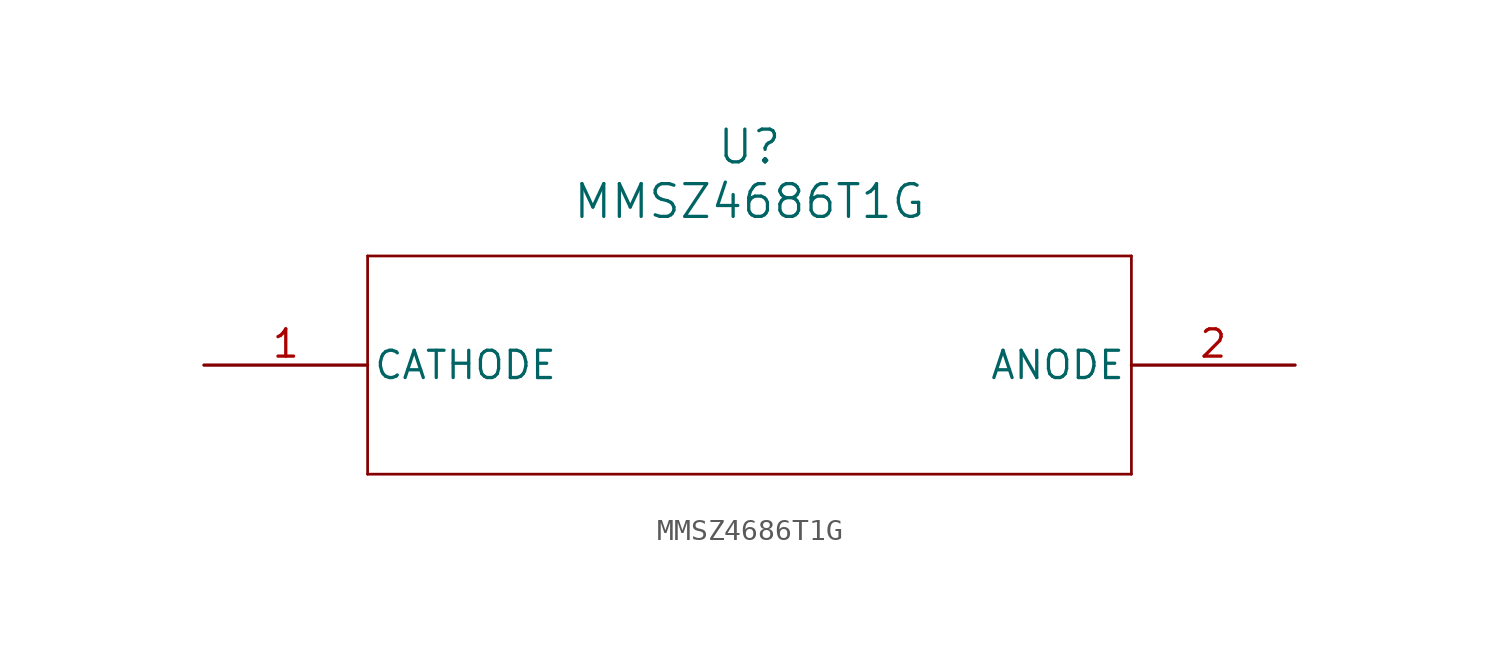
<source format=kicad_sym>
(kicad_symbol_lib
  (version 20211014)
  (generator kicad_symbol_editor)
  (symbol "MMSZ4686T1G"
    (pin_names
      (offset 0.254))
    (property "Reference" "U"
      (at 25.4 10.16 0)
      (effects (font (size 1.524 1.524))))
    (property "Value" "MMSZ4686T1G"
      (at 25.4 7.62 0)
      (effects (font (size 1.524 1.524))))
    (symbol "MMSZ4686T1G_0_1"
      (polyline (pts (xy 7.62 5.08) (xy 7.62 -5.08)) (stroke (width 0.127) (type default) (color 0 0 0 0)) (fill (type none)))
      (polyline (pts (xy 7.62 -5.08) (xy 43.18 -5.08)) (stroke (width 0.127) (type default) (color 0 0 0 0)) (fill (type none)))
      (polyline (pts (xy 43.18 -5.08) (xy 43.18 5.08)) (stroke (width 0.127) (type default) (color 0 0 0 0)) (fill (type none)))
      (polyline (pts (xy 43.18 5.08) (xy 7.62 5.08)) (stroke (width 0.127) (type default) (color 0 0 0 0)) (fill (type none)))
      (pin unspecified line (at 0 0 0) (length 7.62) (name "CATHODE" (effects (font (size 1.27 1.27)))) (number "1" (effects (font (size 1.27 1.27)))))
      (pin unspecified line (at 50.8 0 180) (length 7.62) (name "ANODE" (effects (font (size 1.27 1.27)))) (number "2" (effects (font (size 1.27 1.27))))))))
</source>
